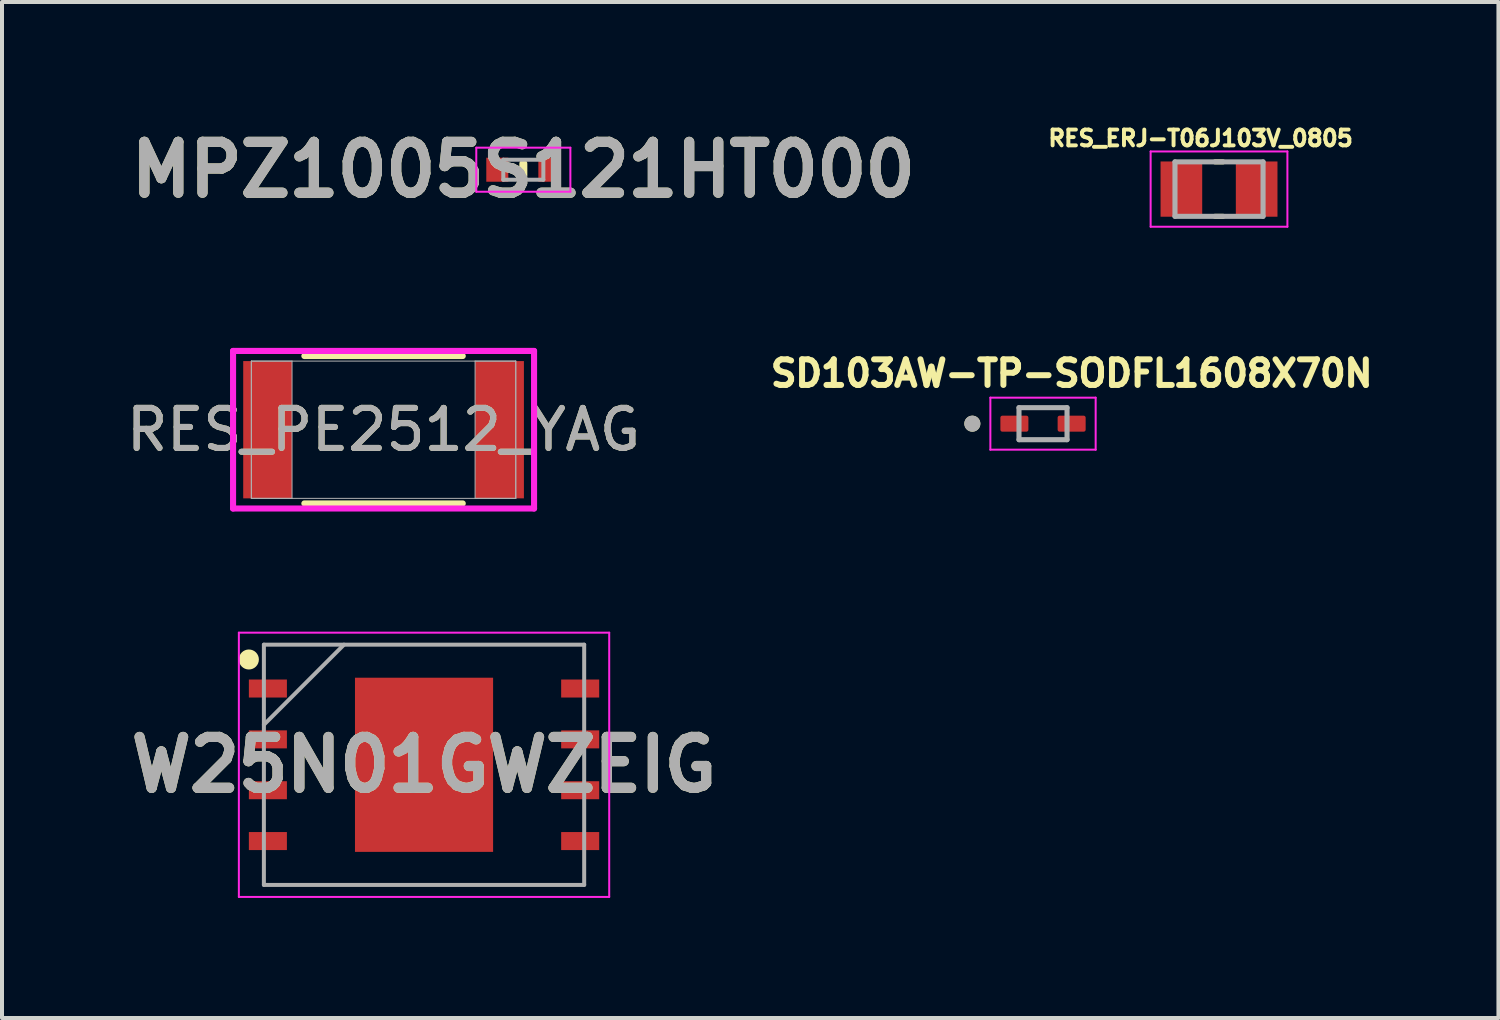
<source format=kicad_pcb>
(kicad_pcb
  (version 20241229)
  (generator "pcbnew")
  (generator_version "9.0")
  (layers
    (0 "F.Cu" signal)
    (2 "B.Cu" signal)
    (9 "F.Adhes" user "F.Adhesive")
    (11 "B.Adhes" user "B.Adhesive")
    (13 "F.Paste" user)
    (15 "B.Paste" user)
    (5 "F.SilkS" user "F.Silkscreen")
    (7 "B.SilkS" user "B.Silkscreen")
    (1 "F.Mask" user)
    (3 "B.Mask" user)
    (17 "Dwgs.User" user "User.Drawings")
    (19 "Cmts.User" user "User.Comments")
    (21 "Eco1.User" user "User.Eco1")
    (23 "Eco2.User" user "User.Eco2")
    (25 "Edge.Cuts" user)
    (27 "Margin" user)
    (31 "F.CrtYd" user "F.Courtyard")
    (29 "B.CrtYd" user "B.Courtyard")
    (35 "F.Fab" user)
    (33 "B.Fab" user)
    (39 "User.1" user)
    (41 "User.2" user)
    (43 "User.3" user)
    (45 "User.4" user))
  (footprint "RES_PE2512_YAG"
    (layer "F.Cu")
    (at 6.53 7.683)
    (property "Reference" "RES_PE2512_YAG" (at 0 0 0) (unlocked yes) (layer "F.SilkS") (effects (font (size 1 1) (thickness 0.15))))
    (attr smd)
    (fp_line (start -1.978 1.841) (end 1.978 1.841) (stroke (width 0.152) (type solid)) (layer "F.SilkS"))
    (fp_line (start 1.978 -1.841) (end -1.978 -1.841) (stroke (width 0.152) (type solid)) (layer "F.SilkS"))
    (fp_line (start -3.759 -1.968) (end 3.759 -1.968) (stroke (width 0.152) (type solid)) (layer "F.CrtYd"))
    (fp_line (start -3.759 1.968) (end -3.759 -1.968) (stroke (width 0.152) (type solid)) (layer "F.CrtYd"))
    (fp_line (start 3.759 -1.968) (end 3.759 1.968) (stroke (width 0.152) (type solid)) (layer "F.CrtYd"))
    (fp_line (start 3.759 1.968) (end -3.759 1.968) (stroke (width 0.152) (type solid)) (layer "F.CrtYd"))
    (fp_line (start -3.302 -1.714) (end -3.302 1.714) (stroke (width 0.025) (type solid)) (layer "F.Fab"))
    (fp_line (start -3.302 -1.714) (end -3.302 1.714) (stroke (width 0.025) (type solid)) (layer "F.Fab"))
    (fp_line (start -3.302 1.714) (end -2.286 1.714) (stroke (width 0.025) (type solid)) (layer "F.Fab"))
    (fp_line (start -3.302 1.714) (end 3.302 1.714) (stroke (width 0.025) (type solid)) (layer "F.Fab"))
    (fp_line (start -2.286 -1.714) (end -3.302 -1.714) (stroke (width 0.025) (type solid)) (layer "F.Fab"))
    (fp_line (start -2.286 1.714) (end -2.286 -1.714) (stroke (width 0.025) (type solid)) (layer "F.Fab"))
    (fp_line (start 2.286 -1.714) (end 2.286 1.714) (stroke (width 0.025) (type solid)) (layer "F.Fab"))
    (fp_line (start 2.286 1.714) (end 3.302 1.714) (stroke (width 0.025) (type solid)) (layer "F.Fab"))
    (fp_line (start 3.302 -1.714) (end -3.302 -1.714) (stroke (width 0.025) (type solid)) (layer "F.Fab"))
    (fp_line (start 3.302 -1.714) (end 2.286 -1.714) (stroke (width 0.025) (type solid)) (layer "F.Fab"))
    (fp_line (start 3.302 1.714) (end 3.302 -1.714) (stroke (width 0.025) (type solid)) (layer "F.Fab"))
    (fp_line (start 3.302 1.714) (end 3.302 -1.714) (stroke (width 0.025) (type solid)) (layer "F.Fab"))
    (fp_text user "${REFERENCE}" (at 0 0 0) (unlocked yes) (layer "F.Fab") (effects (font (size 1 1) (thickness 0.15))))
    (pad "1" smd rect (at -2.896 0) (size 1.219 3.429) (layers "F.Cu" "F.Mask" "F.Paste"))
    (pad "2" smd rect (at 2.896 0) (size 1.219 3.429) (layers "F.Cu" "F.Mask" "F.Paste"))
    (zone (net_name "") (layer "F.Cu") (hatch full 0.508) (connect_pads) (min_thickness 0.254) (filled_areas_thickness no) (keepout (tracks not_allowed) (vias not_allowed) (pads allowed) (copperpour not_allowed) (footprints allowed)) (placement (enabled no)) (fill) (polygon (pts (xy 4.295 6.019) (xy 8.765 6.019) (xy 8.765 9.346) (xy 4.295 9.346)))))
  (footprint "RES_ERJ-T06J103V_0805"
    (layer "F.Cu")
    (at 27.397 1.673)
    (property "Reference" "RES_ERJ-T06J103V_0805" (at -0.46 -1.27 0) (layer "F.SilkS") (effects (font (size 0.394 0.394) (thickness 0.15))))
    (attr smd)
    (fp_line (start -0.1 -0.68) (end 0.1 -0.68) (stroke (width 0.127) (type solid)) (layer "F.SilkS"))
    (fp_line (start -0.1 0.68) (end 0.1 0.68) (stroke (width 0.127) (type solid)) (layer "F.SilkS"))
    (fp_line (start -1.708 -0.94) (end 1.708 -0.94) (stroke (width 0.05) (type solid)) (layer "F.CrtYd"))
    (fp_line (start -1.708 0.94) (end -1.708 -0.94) (stroke (width 0.05) (type solid)) (layer "F.CrtYd"))
    (fp_line (start -1.708 0.94) (end 1.708 0.94) (stroke (width 0.05) (type solid)) (layer "F.CrtYd"))
    (fp_line (start 1.708 0.94) (end 1.708 -0.94) (stroke (width 0.05) (type solid)) (layer "F.CrtYd"))
    (fp_line (start -1.1 0.68) (end -1.1 -0.68) (stroke (width 0.127) (type solid)) (layer "F.Fab"))
    (fp_line (start 1.1 -0.68) (end -1.1 -0.68) (stroke (width 0.127) (type solid)) (layer "F.Fab"))
    (fp_line (start 1.1 0.68) (end -1.1 0.68) (stroke (width 0.127) (type solid)) (layer "F.Fab"))
    (fp_line (start 1.1 0.68) (end 1.1 -0.68) (stroke (width 0.127) (type solid)) (layer "F.Fab"))
    (pad "1" smd rect (at -0.94 0) (size 1.04 1.38) (layers "F.Cu" "F.Mask" "F.Paste"))
    (pad "2" smd rect (at 0.94 0) (size 1.04 1.38) (layers "F.Cu" "F.Mask" "F.Paste")))
  (footprint "W25N01GWZEIG"
    (layer "F.Cu")
    (at 7.541 16.052)
    (property "Reference" "W25N01GWZEIG" (at 0 0 0) (layer "F.SilkS") (effects (font (size 1.27 1.27) (thickness 0.254))))
    (attr smd)
    (fp_circle (center -4.375 -2.63) (end -4.375 -2.505) (stroke (width 0.25) (type solid)) (fill no) (layer "F.SilkS"))
    (fp_line (start -4.625 -3.3) (end 4.625 -3.3) (stroke (width 0.05) (type solid)) (layer "F.CrtYd"))
    (fp_line (start -4.625 3.3) (end -4.625 -3.3) (stroke (width 0.05) (type solid)) (layer "F.CrtYd"))
    (fp_line (start 4.625 -3.3) (end 4.625 3.3) (stroke (width 0.05) (type solid)) (layer "F.CrtYd"))
    (fp_line (start 4.625 3.3) (end -4.625 3.3) (stroke (width 0.05) (type solid)) (layer "F.CrtYd"))
    (fp_line (start -4 -3) (end 4 -3) (stroke (width 0.1) (type solid)) (layer "F.Fab"))
    (fp_line (start -4 -1) (end -2 -3) (stroke (width 0.1) (type solid)) (layer "F.Fab"))
    (fp_line (start -4 3) (end -4 -3) (stroke (width 0.1) (type solid)) (layer "F.Fab"))
    (fp_line (start 4 -3) (end 4 3) (stroke (width 0.1) (type solid)) (layer "F.Fab"))
    (fp_line (start 4 3) (end -4 3) (stroke (width 0.1) (type solid)) (layer "F.Fab"))
    (fp_text user "${REFERENCE}" (at 0 0 0) (layer "F.Fab") (effects (font (size 1.27 1.27) (thickness 0.254))))
    (pad "1" smd rect (at -3.9 -1.905 90) (size 0.45 0.95) (layers "F.Cu" "F.Mask" "F.Paste"))
    (pad "2" smd rect (at -3.9 -0.635 90) (size 0.45 0.95) (layers "F.Cu" "F.Mask" "F.Paste"))
    (pad "3" smd rect (at -3.9 0.635 90) (size 0.45 0.95) (layers "F.Cu" "F.Mask" "F.Paste"))
    (pad "4" smd rect (at -3.9 1.905 90) (size 0.45 0.95) (layers "F.Cu" "F.Mask" "F.Paste"))
    (pad "5" smd rect (at 3.9 1.905 90) (size 0.45 0.95) (layers "F.Cu" "F.Mask" "F.Paste"))
    (pad "6" smd rect (at 3.9 0.635 90) (size 0.45 0.95) (layers "F.Cu" "F.Mask" "F.Paste"))
    (pad "7" smd rect (at 3.9 -0.635 90) (size 0.45 0.95) (layers "F.Cu" "F.Mask" "F.Paste"))
    (pad "8" smd rect (at 3.9 -1.905 90) (size 0.45 0.95) (layers "F.Cu" "F.Mask" "F.Paste"))
    (pad "9" smd rect (at 0 0) (size 3.45 4.35) (layers "F.Cu" "F.Mask" "F.Paste")))
  (footprint "MPZ1005S121HT000"
    (layer "F.Cu")
    (at 10.021 1.189)
    (property "Reference" "MPZ1005S121HT000" (at 0 0 0) (layer "F.SilkS") (effects (font (size 1.27 1.27) (thickness 0.254))))
    (attr smd)
    (fp_line (start 0 -0.15) (end 0 0.15) (stroke (width 0.2) (type solid)) (layer "F.SilkS"))
    (fp_line (start -1.175 -0.55) (end 1.175 -0.55) (stroke (width 0.05) (type solid)) (layer "F.CrtYd"))
    (fp_line (start -1.175 0.55) (end -1.175 -0.55) (stroke (width 0.05) (type solid)) (layer "F.CrtYd"))
    (fp_line (start 1.175 -0.55) (end 1.175 0.55) (stroke (width 0.05) (type solid)) (layer "F.CrtYd"))
    (fp_line (start 1.175 0.55) (end -1.175 0.55) (stroke (width 0.05) (type solid)) (layer "F.CrtYd"))
    (fp_line (start -0.5 -0.25) (end 0.5 -0.25) (stroke (width 0.1) (type solid)) (layer "F.Fab"))
    (fp_line (start -0.5 0.25) (end -0.5 -0.25) (stroke (width 0.1) (type solid)) (layer "F.Fab"))
    (fp_line (start 0.5 -0.25) (end 0.5 0.25) (stroke (width 0.1) (type solid)) (layer "F.Fab"))
    (fp_line (start 0.5 0.25) (end -0.5 0.25) (stroke (width 0.1) (type solid)) (layer "F.Fab"))
    (fp_text user "${REFERENCE}" (at 0 0 0) (layer "F.Fab") (effects (font (size 1.27 1.27) (thickness 0.254))))
    (pad "1" smd rect (at -0.65 0) (size 0.55 0.6) (layers "F.Cu" "F.Mask" "F.Paste"))
    (pad "2" smd rect (at 0.65 0) (size 0.55 0.6) (layers "F.Cu" "F.Mask" "F.Paste")))
  (footprint "SD103AW-TP-SODFL1608X70N"
    (layer "F.Cu")
    (at 23.001 7.532)
    (property "Reference" "SD103AW-TP-SODFL1608X70N" (at 0.717 -1.256 0) (layer "F.SilkS") (effects (font (size 0.64 0.64) (thickness 0.15))))
    (attr smd)
    (fp_circle (center -1.765 0) (end -1.665 0) (stroke (width 0.2) (type solid)) (fill no) (layer "F.SilkS"))
    (fp_line (start -1.315 -0.65) (end -1.315 0.65) (stroke (width 0.05) (type solid)) (layer "F.CrtYd"))
    (fp_line (start -1.315 0.65) (end 1.315 0.65) (stroke (width 0.05) (type solid)) (layer "F.CrtYd"))
    (fp_line (start 1.315 -0.65) (end -1.315 -0.65) (stroke (width 0.05) (type solid)) (layer "F.CrtYd"))
    (fp_line (start 1.315 0.65) (end 1.315 -0.65) (stroke (width 0.05) (type solid)) (layer "F.CrtYd"))
    (fp_line (start -0.6 -0.4) (end 0.6 -0.4) (stroke (width 0.127) (type solid)) (layer "F.Fab"))
    (fp_line (start -0.6 0.4) (end -0.6 -0.4) (stroke (width 0.127) (type solid)) (layer "F.Fab"))
    (fp_line (start 0.6 -0.4) (end 0.6 0.4) (stroke (width 0.127) (type solid)) (layer "F.Fab"))
    (fp_line (start 0.6 0.4) (end -0.6 0.4) (stroke (width 0.127) (type solid)) (layer "F.Fab"))
    (fp_circle (center -1.765 0) (end -1.665 0) (stroke (width 0.2) (type solid)) (fill no) (layer "F.Fab"))
    (pad "1" smd roundrect (at -0.715 0) (size 0.7 0.4) (layers "F.Cu" "F.Mask" "F.Paste") (roundrect_rratio 0.125))
    (pad "2" smd roundrect (at 0.715 0) (size 0.7 0.4) (layers "F.Cu" "F.Mask" "F.Paste") (roundrect_rratio 0.125)))
  (gr_rect
    (start -3 -3)
    (end 34.376 22.377)
    (stroke (width 0.1) (type default))
    (fill no)
    (layer "Edge.Cuts")))
</source>
